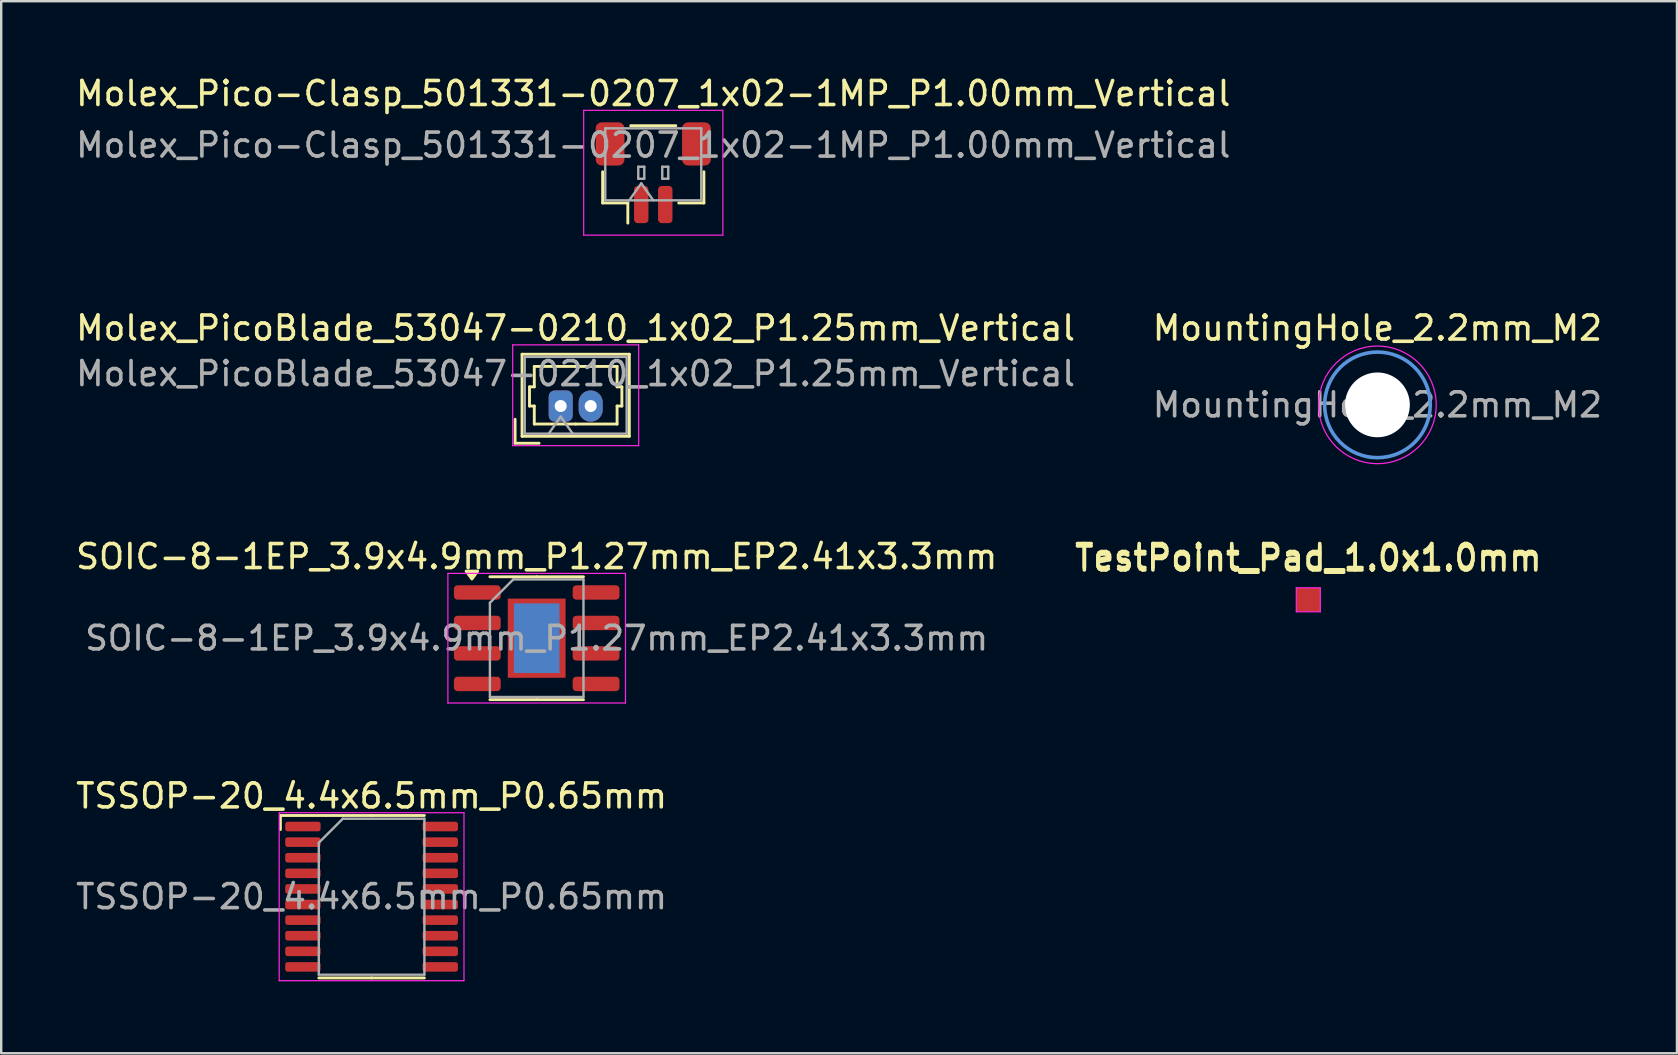
<source format=kicad_pcb>
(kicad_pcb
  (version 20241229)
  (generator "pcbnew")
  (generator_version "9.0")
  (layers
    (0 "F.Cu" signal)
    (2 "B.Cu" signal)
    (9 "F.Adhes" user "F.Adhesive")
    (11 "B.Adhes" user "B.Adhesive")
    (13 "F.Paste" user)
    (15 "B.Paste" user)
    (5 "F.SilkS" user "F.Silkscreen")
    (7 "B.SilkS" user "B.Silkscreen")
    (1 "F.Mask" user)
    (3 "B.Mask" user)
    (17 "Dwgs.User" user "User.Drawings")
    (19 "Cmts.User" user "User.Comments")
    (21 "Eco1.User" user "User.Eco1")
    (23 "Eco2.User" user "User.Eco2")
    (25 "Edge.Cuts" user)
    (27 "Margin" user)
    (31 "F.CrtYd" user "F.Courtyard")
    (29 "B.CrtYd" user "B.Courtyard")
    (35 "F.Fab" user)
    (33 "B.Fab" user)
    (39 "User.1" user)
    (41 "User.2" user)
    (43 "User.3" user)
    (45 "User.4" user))
  (footprint "TSSOP-20_4.4x6.5mm_P0.65mm"
    (layer "F.Cu")
    (at 12.435 34.318)
    (property "Reference" "TSSOP-20_4.4x6.5mm_P0.65mm" (at 0 -4.2 0) (layer "F.SilkS") (effects (font (size 1 1) (thickness 0.15))))
    (attr smd)
    (fp_line (start -3.8 -3.385) (end -3.8 -2.8) (stroke (width 0.12) (type solid)) (layer "F.SilkS"))
    (fp_line (start 0 -3.385) (end -3.8 -3.385) (stroke (width 0.12) (type solid)) (layer "F.SilkS"))
    (fp_line (start 0 -3.385) (end 2.2 -3.385) (stroke (width 0.12) (type solid)) (layer "F.SilkS"))
    (fp_line (start 0 3.385) (end -2.2 3.385) (stroke (width 0.12) (type solid)) (layer "F.SilkS"))
    (fp_line (start 0 3.385) (end 2.2 3.385) (stroke (width 0.12) (type solid)) (layer "F.SilkS"))
    (fp_line (start -3.85 -3.5) (end -3.85 3.5) (stroke (width 0.05) (type solid)) (layer "F.CrtYd"))
    (fp_line (start -3.85 3.5) (end 3.85 3.5) (stroke (width 0.05) (type solid)) (layer "F.CrtYd"))
    (fp_line (start 3.85 -3.5) (end -3.85 -3.5) (stroke (width 0.05) (type solid)) (layer "F.CrtYd"))
    (fp_line (start 3.85 3.5) (end 3.85 -3.5) (stroke (width 0.05) (type solid)) (layer "F.CrtYd"))
    (fp_line (start -2.2 -2.25) (end -1.2 -3.25) (stroke (width 0.1) (type solid)) (layer "F.Fab"))
    (fp_line (start -2.2 3.25) (end -2.2 -2.25) (stroke (width 0.1) (type solid)) (layer "F.Fab"))
    (fp_line (start -1.2 -3.25) (end 2.2 -3.25) (stroke (width 0.1) (type solid)) (layer "F.Fab"))
    (fp_line (start 2.2 -3.25) (end 2.2 3.25) (stroke (width 0.1) (type solid)) (layer "F.Fab"))
    (fp_line (start 2.2 3.25) (end -2.2 3.25) (stroke (width 0.1) (type solid)) (layer "F.Fab"))
    (fp_text user "${REFERENCE}" (at 0 0 0) (layer "F.Fab") (effects (font (size 1 1) (thickness 0.15))))
    (pad "1" smd roundrect (at -2.862 -2.925) (size 1.475 0.4) (layers "F.Cu" "F.Mask" "F.Paste") (roundrect_rratio 0.25))
    (pad "2" smd roundrect (at -2.862 -2.275) (size 1.475 0.4) (layers "F.Cu" "F.Mask" "F.Paste") (roundrect_rratio 0.25))
    (pad "3" smd roundrect (at -2.862 -1.625) (size 1.475 0.4) (layers "F.Cu" "F.Mask" "F.Paste") (roundrect_rratio 0.25))
    (pad "4" smd roundrect (at -2.862 -0.975) (size 1.475 0.4) (layers "F.Cu" "F.Mask" "F.Paste") (roundrect_rratio 0.25))
    (pad "5" smd roundrect (at -2.862 -0.325) (size 1.475 0.4) (layers "F.Cu" "F.Mask" "F.Paste") (roundrect_rratio 0.25))
    (pad "6" smd roundrect (at -2.862 0.325) (size 1.475 0.4) (layers "F.Cu" "F.Mask" "F.Paste") (roundrect_rratio 0.25))
    (pad "7" smd roundrect (at -2.862 0.975) (size 1.475 0.4) (layers "F.Cu" "F.Mask" "F.Paste") (roundrect_rratio 0.25))
    (pad "8" smd roundrect (at -2.862 1.625) (size 1.475 0.4) (layers "F.Cu" "F.Mask" "F.Paste") (roundrect_rratio 0.25))
    (pad "9" smd roundrect (at -2.862 2.275) (size 1.475 0.4) (layers "F.Cu" "F.Mask" "F.Paste") (roundrect_rratio 0.25))
    (pad "10" smd roundrect (at -2.862 2.925) (size 1.475 0.4) (layers "F.Cu" "F.Mask" "F.Paste") (roundrect_rratio 0.25))
    (pad "11" smd roundrect (at 2.862 2.925) (size 1.475 0.4) (layers "F.Cu" "F.Mask" "F.Paste") (roundrect_rratio 0.25))
    (pad "12" smd roundrect (at 2.862 2.275) (size 1.475 0.4) (layers "F.Cu" "F.Mask" "F.Paste") (roundrect_rratio 0.25))
    (pad "13" smd roundrect (at 2.862 1.625) (size 1.475 0.4) (layers "F.Cu" "F.Mask" "F.Paste") (roundrect_rratio 0.25))
    (pad "14" smd roundrect (at 2.862 0.975) (size 1.475 0.4) (layers "F.Cu" "F.Mask" "F.Paste") (roundrect_rratio 0.25))
    (pad "15" smd roundrect (at 2.862 0.325) (size 1.475 0.4) (layers "F.Cu" "F.Mask" "F.Paste") (roundrect_rratio 0.25))
    (pad "16" smd roundrect (at 2.862 -0.325) (size 1.475 0.4) (layers "F.Cu" "F.Mask" "F.Paste") (roundrect_rratio 0.25))
    (pad "17" smd roundrect (at 2.862 -0.975) (size 1.475 0.4) (layers "F.Cu" "F.Mask" "F.Paste") (roundrect_rratio 0.25))
    (pad "18" smd roundrect (at 2.862 -1.625) (size 1.475 0.4) (layers "F.Cu" "F.Mask" "F.Paste") (roundrect_rratio 0.25))
    (pad "19" smd roundrect (at 2.862 -2.275) (size 1.475 0.4) (layers "F.Cu" "F.Mask" "F.Paste") (roundrect_rratio 0.25))
    (pad "20" smd roundrect (at 2.862 -2.925) (size 1.475 0.4) (layers "F.Cu" "F.Mask" "F.Paste") (roundrect_rratio 0.25)))
  (footprint "Molex_PicoBlade_53047-0210_1x02_P1.25mm_Vertical"
    (layer "F.Cu")
    (at 20.315 13.871)
    (property "Reference" "Molex_PicoBlade_53047-0210_1x02_P1.25mm_Vertical" (at 0.62 -3.25 0) (layer "F.SilkS") (effects (font (size 1 1) (thickness 0.15))))
    (attr through_hole)
    (fp_line (start -1.9 1.55) (end -1.9 0.55) (stroke (width 0.12) (type solid)) (layer "F.SilkS"))
    (fp_line (start -1.9 1.55) (end -0.9 1.55) (stroke (width 0.12) (type solid)) (layer "F.SilkS"))
    (fp_line (start -1.61 -2.16) (end -1.61 1.26) (stroke (width 0.12) (type solid)) (layer "F.SilkS"))
    (fp_line (start -1.61 1.26) (end 2.86 1.26) (stroke (width 0.12) (type solid)) (layer "F.SilkS"))
    (fp_line (start -1.3 -0.8) (end -1.1 -0.8) (stroke (width 0.12) (type solid)) (layer "F.SilkS"))
    (fp_line (start -1.3 0) (end -1.3 -0.8) (stroke (width 0.12) (type solid)) (layer "F.SilkS"))
    (fp_line (start -1.1 -1.65) (end 0.625 -1.65) (stroke (width 0.12) (type solid)) (layer "F.SilkS"))
    (fp_line (start -1.1 -0.8) (end -1.1 -1.65) (stroke (width 0.12) (type solid)) (layer "F.SilkS"))
    (fp_line (start -1.1 0) (end -1.3 0) (stroke (width 0.12) (type solid)) (layer "F.SilkS"))
    (fp_line (start -1.1 0.75) (end -1.1 0) (stroke (width 0.12) (type solid)) (layer "F.SilkS"))
    (fp_line (start 0.625 0.75) (end -1.1 0.75) (stroke (width 0.12) (type solid)) (layer "F.SilkS"))
    (fp_line (start 0.625 0.75) (end 2.35 0.75) (stroke (width 0.12) (type solid)) (layer "F.SilkS"))
    (fp_line (start 2.35 -1.65) (end 0.625 -1.65) (stroke (width 0.12) (type solid)) (layer "F.SilkS"))
    (fp_line (start 2.35 -0.8) (end 2.35 -1.65) (stroke (width 0.12) (type solid)) (layer "F.SilkS"))
    (fp_line (start 2.35 0) (end 2.55 0) (stroke (width 0.12) (type solid)) (layer "F.SilkS"))
    (fp_line (start 2.35 0.75) (end 2.35 0) (stroke (width 0.12) (type solid)) (layer "F.SilkS"))
    (fp_line (start 2.55 -0.8) (end 2.35 -0.8) (stroke (width 0.12) (type solid)) (layer "F.SilkS"))
    (fp_line (start 2.55 0) (end 2.55 -0.8) (stroke (width 0.12) (type solid)) (layer "F.SilkS"))
    (fp_line (start 2.86 -2.16) (end -1.61 -2.16) (stroke (width 0.12) (type solid)) (layer "F.SilkS"))
    (fp_line (start 2.86 1.26) (end 2.86 -2.16) (stroke (width 0.12) (type solid)) (layer "F.SilkS"))
    (fp_line (start -2 -2.55) (end -2 1.65) (stroke (width 0.05) (type solid)) (layer "F.CrtYd"))
    (fp_line (start -2 1.65) (end 3.25 1.65) (stroke (width 0.05) (type solid)) (layer "F.CrtYd"))
    (fp_line (start 3.25 -2.55) (end -2 -2.55) (stroke (width 0.05) (type solid)) (layer "F.CrtYd"))
    (fp_line (start 3.25 1.65) (end 3.25 -2.55) (stroke (width 0.05) (type solid)) (layer "F.CrtYd"))
    (fp_line (start -1.5 -2.05) (end -1.5 1.15) (stroke (width 0.1) (type solid)) (layer "F.Fab"))
    (fp_line (start -1.5 1.15) (end 2.75 1.15) (stroke (width 0.1) (type solid)) (layer "F.Fab"))
    (fp_line (start -0.5 1.15) (end 0 0.443) (stroke (width 0.1) (type solid)) (layer "F.Fab"))
    (fp_line (start 0 0.443) (end 0.5 1.15) (stroke (width 0.1) (type solid)) (layer "F.Fab"))
    (fp_line (start 2.75 -2.05) (end -1.5 -2.05) (stroke (width 0.1) (type solid)) (layer "F.Fab"))
    (fp_line (start 2.75 1.15) (end 2.75 -2.05) (stroke (width 0.1) (type solid)) (layer "F.Fab"))
    (fp_text user "${REFERENCE}" (at 0.62 -1.35 0) (layer "F.Fab") (effects (font (size 1 1) (thickness 0.15))))
    (pad "1" thru_hole roundrect (at 0 0) (size 1 1.3) (drill 0.5) (layers "*.Cu" "*.Mask") (roundrect_rratio 0.25))
    (pad "2" thru_hole oval (at 1.25 0) (size 1 1.3) (drill 0.5) (layers "*.Cu" "*.Mask")))
  (footprint "MountingHole_2.2mm_M2"
    (layer "F.Cu")
    (at 54.351 13.822)
    (property "Reference" "MountingHole_2.2mm_M2" (at 0 -3.2 0) (layer "F.SilkS") (effects (font (size 1 1) (thickness 0.15))))
    (attr exclude_from_pos_files exclude_from_bom)
    (fp_circle (center 0 0) (end 2.2 0) (stroke (width 0.15) (type solid)) (fill no) (layer "Cmts.User"))
    (fp_circle (center 0 0) (end 2.45 0) (stroke (width 0.05) (type solid)) (fill no) (layer "F.CrtYd"))
    (fp_text user "${REFERENCE}" (at 0 0 0) (layer "F.Fab") (effects (font (size 1 1) (thickness 0.15))))
    (pad "" np_thru_hole circle (at 0 0) (size 2.7 2.7) (drill 2.7) (layers "*.Cu" "*.Mask")))
  (footprint "Molex_Pico-Clasp_501331-0207_1x02-1MP_P1.00mm_Vertical"
    (layer "F.Cu")
    (at 24.173 4.148)
    (property "Reference" "Molex_Pico-Clasp_501331-0207_1x02-1MP_P1.00mm_Vertical" (at 0 -3.3 0) (layer "F.SilkS") (effects (font (size 1 1) (thickness 0.15))))
    (attr smd)
    (fp_line (start -2.11 -0.04) (end -2.11 1.26) (stroke (width 0.12) (type solid)) (layer "F.SilkS"))
    (fp_line (start -2.11 1.26) (end -1.06 1.26) (stroke (width 0.12) (type solid)) (layer "F.SilkS"))
    (fp_line (start -1.06 1.26) (end -1.06 2.1) (stroke (width 0.12) (type solid)) (layer "F.SilkS"))
    (fp_line (start -0.94 -1.96) (end 0.94 -1.96) (stroke (width 0.12) (type solid)) (layer "F.SilkS"))
    (fp_line (start 2.11 -0.04) (end 2.11 1.26) (stroke (width 0.12) (type solid)) (layer "F.SilkS"))
    (fp_line (start 2.11 1.26) (end 1.06 1.26) (stroke (width 0.12) (type solid)) (layer "F.SilkS"))
    (fp_line (start -2.9 -2.6) (end -2.9 2.6) (stroke (width 0.05) (type solid)) (layer "F.CrtYd"))
    (fp_line (start -2.9 2.6) (end 2.9 2.6) (stroke (width 0.05) (type solid)) (layer "F.CrtYd"))
    (fp_line (start 2.9 -2.6) (end -2.9 -2.6) (stroke (width 0.05) (type solid)) (layer "F.CrtYd"))
    (fp_line (start 2.9 2.6) (end 2.9 -2.6) (stroke (width 0.05) (type solid)) (layer "F.CrtYd"))
    (fp_line (start -2 -1.85) (end 2 -1.85) (stroke (width 0.1) (type solid)) (layer "F.Fab"))
    (fp_line (start -2 1.15) (end -2 -1.85) (stroke (width 0.1) (type solid)) (layer "F.Fab"))
    (fp_line (start -2 1.15) (end 2 1.15) (stroke (width 0.1) (type solid)) (layer "F.Fab"))
    (fp_line (start -1 1.15) (end -0.5 0.443) (stroke (width 0.1) (type solid)) (layer "F.Fab"))
    (fp_line (start -0.625 -0.25) (end -0.625 0.25) (stroke (width 0.1) (type solid)) (layer "F.Fab"))
    (fp_line (start -0.625 0.25) (end -0.375 0.25) (stroke (width 0.1) (type solid)) (layer "F.Fab"))
    (fp_line (start -0.5 0.443) (end 0 1.15) (stroke (width 0.1) (type solid)) (layer "F.Fab"))
    (fp_line (start -0.375 -0.25) (end -0.625 -0.25) (stroke (width 0.1) (type solid)) (layer "F.Fab"))
    (fp_line (start -0.375 0.25) (end -0.375 -0.25) (stroke (width 0.1) (type solid)) (layer "F.Fab"))
    (fp_line (start 0.375 -0.25) (end 0.375 0.25) (stroke (width 0.1) (type solid)) (layer "F.Fab"))
    (fp_line (start 0.375 0.25) (end 0.625 0.25) (stroke (width 0.1) (type solid)) (layer "F.Fab"))
    (fp_line (start 0.625 -0.25) (end 0.375 -0.25) (stroke (width 0.1) (type solid)) (layer "F.Fab"))
    (fp_line (start 0.625 0.25) (end 0.625 -0.25) (stroke (width 0.1) (type solid)) (layer "F.Fab"))
    (fp_line (start 2 1.15) (end 2 -1.85) (stroke (width 0.1) (type solid)) (layer "F.Fab"))
    (fp_text user "${REFERENCE}" (at 0 -1.15 0) (layer "F.Fab") (effects (font (size 1 1) (thickness 0.15))))
    (pad "" smd roundrect (at -1.8 -1.2) (size 1.2 1.8) (layers "F.Cu" "F.Mask" "F.Paste") (roundrect_rratio 0.208))
    (pad "" smd roundrect (at 1.8 -1.2) (size 1.2 1.8) (layers "F.Cu" "F.Mask" "F.Paste") (roundrect_rratio 0.208))
    (pad "1" smd roundrect (at -0.5 1.325) (size 0.6 1.55) (layers "F.Cu" "F.Mask" "F.Paste") (roundrect_rratio 0.25))
    (pad "2" smd roundrect (at 0.5 1.325) (size 0.6 1.55) (layers "F.Cu" "F.Mask" "F.Paste") (roundrect_rratio 0.25)))
  (footprint "TestPoint_Pad_1.0x1.0mm"
    (layer "F.Cu")
    (at 51.47 21.945)
    (property "Reference" "TestPoint_Pad_1.0x1.0mm" (at 0 -1.7 0) (layer "F.SilkS") (effects (font (size 1 1) (thickness 0.15))))
    (attr exclude_from_pos_files exclude_from_bom)
    (fp_line (start -0.5 -0.5) (end -0.5 0.5) (stroke (width 0.05) (type solid)) (layer "F.CrtYd"))
    (fp_line (start -0.5 -0.5) (end 0.5 -0.5) (stroke (width 0.05) (type solid)) (layer "F.CrtYd"))
    (fp_line (start 0.5 0.5) (end -0.5 0.5) (stroke (width 0.05) (type solid)) (layer "F.CrtYd"))
    (fp_line (start 0.5 0.5) (end 0.5 -0.5) (stroke (width 0.05) (type solid)) (layer "F.CrtYd"))
    (fp_text user "${REFERENCE}" (at 0 -1.8 0) (layer "F.SilkS") (effects (font (size 1 1) (thickness 0.15))))
    (pad "1" smd rect (at 0 0) (size 1 1) (layers "F.Cu" "F.Mask")))
  (footprint "SOIC-8-1EP_3.9x4.9mm_P1.27mm_EP2.41x3.3mm"
    (layer "F.Cu")
    (at 19.315 23.545)
    (property "Reference" "SOIC-8-1EP_3.9x4.9mm_P1.27mm_EP2.41x3.3mm" (at 0 -3.4 0) (layer "F.SilkS") (effects (font (size 1 1) (thickness 0.15))))
    (attr smd)
    (fp_line (start 0 -2.56) (end -1.95 -2.56) (stroke (width 0.12) (type solid)) (layer "F.SilkS"))
    (fp_line (start 0 -2.56) (end 1.95 -2.56) (stroke (width 0.12) (type solid)) (layer "F.SilkS"))
    (fp_line (start 0 2.56) (end -1.95 2.56) (stroke (width 0.12) (type solid)) (layer "F.SilkS"))
    (fp_line (start 0 2.56) (end 1.95 2.56) (stroke (width 0.12) (type solid)) (layer "F.SilkS"))
    (fp_poly (pts (xy -2.7 -2.465) (xy -2.94 -2.795) (xy -2.46 -2.795) (xy -2.7 -2.465)) (stroke (width 0.12) (type solid)) (fill yes) (layer "F.SilkS"))
    (fp_line (start -3.7 -2.7) (end -3.7 2.7) (stroke (width 0.05) (type solid)) (layer "F.CrtYd"))
    (fp_line (start -3.7 2.7) (end 3.7 2.7) (stroke (width 0.05) (type solid)) (layer "F.CrtYd"))
    (fp_line (start 3.7 -2.7) (end -3.7 -2.7) (stroke (width 0.05) (type solid)) (layer "F.CrtYd"))
    (fp_line (start 3.7 2.7) (end 3.7 -2.7) (stroke (width 0.05) (type solid)) (layer "F.CrtYd"))
    (fp_line (start -1.95 -1.475) (end -0.975 -2.45) (stroke (width 0.1) (type solid)) (layer "F.Fab"))
    (fp_line (start -1.95 2.45) (end -1.95 -1.475) (stroke (width 0.1) (type solid)) (layer "F.Fab"))
    (fp_line (start -0.975 -2.45) (end 1.95 -2.45) (stroke (width 0.1) (type solid)) (layer "F.Fab"))
    (fp_line (start 1.95 -2.45) (end 1.95 2.45) (stroke (width 0.1) (type solid)) (layer "F.Fab"))
    (fp_line (start 1.95 2.45) (end -1.95 2.45) (stroke (width 0.1) (type solid)) (layer "F.Fab"))
    (fp_text user "${REFERENCE}" (at 0 0 0) (layer "F.Fab") (effects (font (size 0.98 0.98) (thickness 0.15))))
    (pad "" smd roundrect (at -0.6 -0.825) (size 1.01 1.38) (layers "F.Paste") (roundrect_rratio 0.248))
    (pad "" smd roundrect (at -0.6 0.825) (size 1.01 1.38) (layers "F.Paste") (roundrect_rratio 0.248))
    (pad "" smd roundrect (at 0.6 -0.825) (size 1.01 1.38) (layers "F.Paste") (roundrect_rratio 0.248))
    (pad "" smd roundrect (at 0.6 0.825) (size 1.01 1.38) (layers "F.Paste") (roundrect_rratio 0.248))
    (pad "1" smd roundrect (at -2.475 -1.905) (size 1.95 0.6) (layers "F.Cu" "F.Mask" "F.Paste") (roundrect_rratio 0.25))
    (pad "2" smd roundrect (at -2.475 -0.635) (size 1.95 0.6) (layers "F.Cu" "F.Mask" "F.Paste") (roundrect_rratio 0.25))
    (pad "3" smd roundrect (at -2.475 0.635) (size 1.95 0.6) (layers "F.Cu" "F.Mask" "F.Paste") (roundrect_rratio 0.25))
    (pad "4" smd roundrect (at -2.475 1.905) (size 1.95 0.6) (layers "F.Cu" "F.Mask" "F.Paste") (roundrect_rratio 0.25))
    (pad "5" smd roundrect (at 2.475 1.905) (size 1.95 0.6) (layers "F.Cu" "F.Mask" "F.Paste") (roundrect_rratio 0.25))
    (pad "6" smd roundrect (at 2.475 0.635) (size 1.95 0.6) (layers "F.Cu" "F.Mask" "F.Paste") (roundrect_rratio 0.25))
    (pad "7" smd roundrect (at 2.475 -0.635) (size 1.95 0.6) (layers "F.Cu" "F.Mask" "F.Paste") (roundrect_rratio 0.25))
    (pad "8" smd roundrect (at 2.475 -1.905) (size 1.95 0.6) (layers "F.Cu" "F.Mask" "F.Paste") (roundrect_rratio 0.25))
    (pad "9" smd rect (at 0 0) (size 1.9 2.9) (property pad_prop_heatsink) (layers "B.Cu"))
    (pad "9" smd rect (at 0 0) (size 2.41 3.3) (property pad_prop_heatsink) (layers "F.Cu" "F.Mask")))
  (gr_rect
    (start -3 -3)
    (end 66.833 40.843)
    (stroke (width 0.1) (type default))
    (fill no)
    (layer "Edge.Cuts")))
</source>
